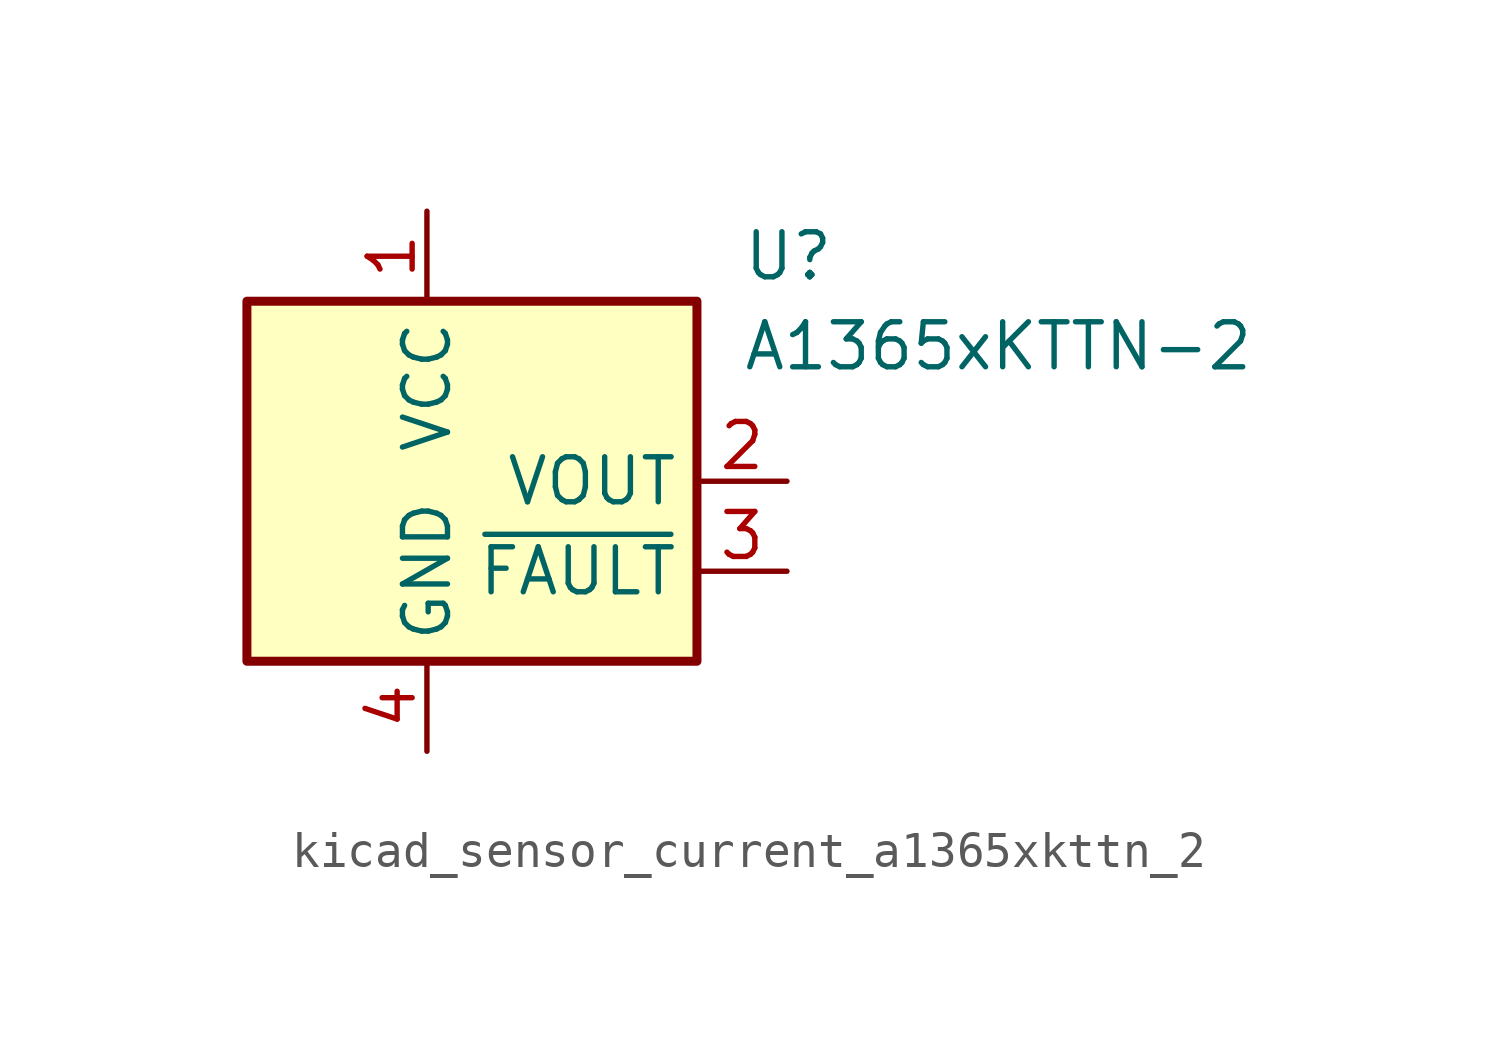
<source format=kicad_sym>
(kicad_symbol_lib
  (version 20220914)
  (generator kicad_symbol_editor)
  (symbol "kicad_sensor_current_a1365xkttn_2"
    (property "Reference" "U"
      (at 8.89 6.35 0)
      (effects (font (size 1.27 1.27)) (justify left)))
    (property "Value" "A1365xKTTN-2"
      (at 8.89 3.81 0)
      (effects (font (size 1.27 1.27)) (justify left)))
    (symbol "kicad_sensor_current_a1365xkttn_2_0_1"
      (rectangle (start -5.08 5.08) (end 7.62 -5.08) (stroke (width 0.254) (type default)) (fill (type background))))
    (symbol "kicad_sensor_current_a1365xkttn_2_1_1"
      (pin power_in line (at 0 7.62 270) (length 2.54) (name "VCC" (effects (font (size 1.27 1.27)))) (number "1" (effects (font (size 1.27 1.27)))))
      (pin output line (at 10.16 0 180) (length 2.54) (name "VOUT" (effects (font (size 1.27 1.27)))) (number "2" (effects (font (size 1.27 1.27)))))
      (pin output line (at 10.16 -2.54 180) (length 2.54) (name "~{FAULT}" (effects (font (size 1.27 1.27)))) (number "3" (effects (font (size 1.27 1.27)))))
      (pin power_in line (at 0 -7.62 90) (length 2.54) (name "GND" (effects (font (size 1.27 1.27)))) (number "4" (effects (font (size 1.27 1.27))))))))
</source>
